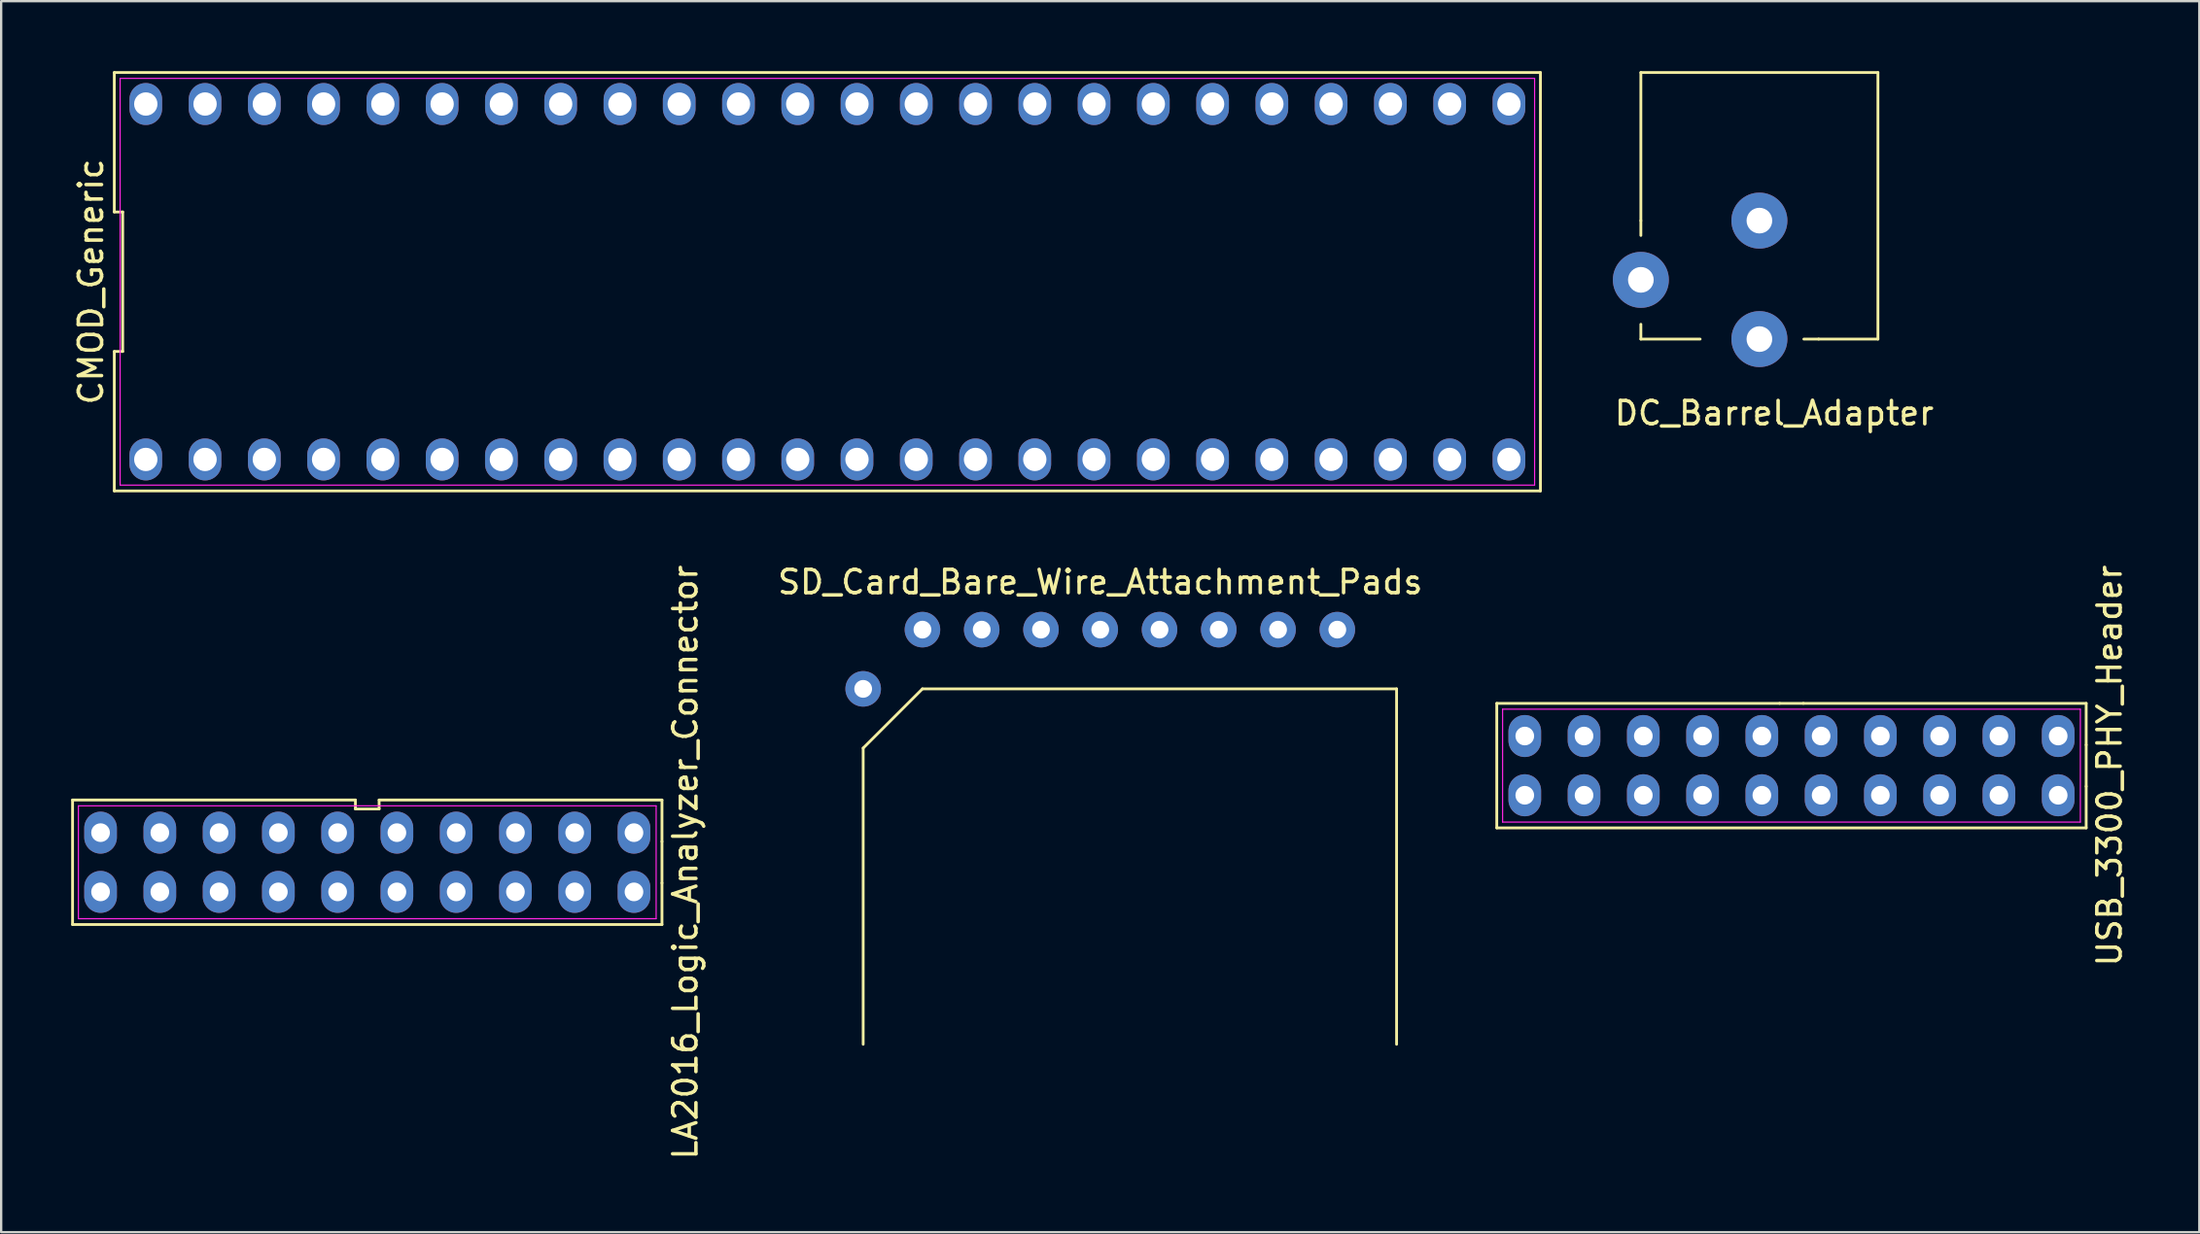
<source format=kicad_pcb>
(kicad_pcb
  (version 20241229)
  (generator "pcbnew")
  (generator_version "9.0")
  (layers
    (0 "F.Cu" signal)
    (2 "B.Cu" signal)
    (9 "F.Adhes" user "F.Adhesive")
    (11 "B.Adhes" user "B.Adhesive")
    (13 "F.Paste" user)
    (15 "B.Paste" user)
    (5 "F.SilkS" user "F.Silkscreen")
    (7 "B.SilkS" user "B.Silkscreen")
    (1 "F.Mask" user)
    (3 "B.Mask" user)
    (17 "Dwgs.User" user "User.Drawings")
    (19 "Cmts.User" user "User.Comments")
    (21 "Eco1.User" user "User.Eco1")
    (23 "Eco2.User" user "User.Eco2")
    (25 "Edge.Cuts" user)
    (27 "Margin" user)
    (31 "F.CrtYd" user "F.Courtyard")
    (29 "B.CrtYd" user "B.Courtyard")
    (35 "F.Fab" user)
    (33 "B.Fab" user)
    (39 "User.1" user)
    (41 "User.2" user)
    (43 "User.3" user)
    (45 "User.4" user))
  (footprint "CMOD_Generic"
    (layer "F.Cu")
    (at 32.408 9.03)
    (property "Reference" "CMOD_Generic" (at -31.56 0 90) (layer "F.SilkS") (effects (font (size 1 1) (thickness 0.15))))
    (attr through_hole)
    (fp_line (start -30.56 -8.97) (end -30.56 -2.99) (stroke (width 0.12) (type solid)) (layer "F.SilkS"))
    (fp_line (start -30.56 -2.99) (end -30.2 -2.99) (stroke (width 0.12) (type solid)) (layer "F.SilkS"))
    (fp_line (start -30.56 2.99) (end -30.56 8.97) (stroke (width 0.12) (type solid)) (layer "F.SilkS"))
    (fp_line (start -30.56 8.97) (end 30.56 8.97) (stroke (width 0.12) (type solid)) (layer "F.SilkS"))
    (fp_line (start -30.2 -2.99) (end -30.2 2.99) (stroke (width 0.12) (type solid)) (layer "F.SilkS"))
    (fp_line (start -30.2 2.99) (end -30.56 2.99) (stroke (width 0.12) (type solid)) (layer "F.SilkS"))
    (fp_line (start 30.56 -8.97) (end -30.56 -8.97) (stroke (width 0.12) (type solid)) (layer "F.SilkS"))
    (fp_line (start 30.56 8.97) (end 30.56 -8.97) (stroke (width 0.12) (type solid)) (layer "F.SilkS"))
    (fp_line (start -30.31 -8.72) (end 30.31 -8.72) (stroke (width 0.05) (type solid)) (layer "F.CrtYd"))
    (fp_line (start -30.31 8.72) (end -30.31 -8.72) (stroke (width 0.05) (type solid)) (layer "F.CrtYd"))
    (fp_line (start 30.31 -8.72) (end 30.31 8.72) (stroke (width 0.05) (type solid)) (layer "F.CrtYd"))
    (fp_line (start 30.31 8.72) (end -30.31 8.72) (stroke (width 0.05) (type solid)) (layer "F.CrtYd"))
    (pad "1" thru_hole oval (at -29.21 7.62) (size 1.4 1.8) (drill 1) (layers "*.Cu" "*.Mask"))
    (pad "2" thru_hole oval (at -26.67 7.62) (size 1.4 1.8) (drill 1) (layers "*.Cu" "*.Mask"))
    (pad "3" thru_hole oval (at -24.13 7.62) (size 1.4 1.8) (drill 1) (layers "*.Cu" "*.Mask"))
    (pad "4" thru_hole oval (at -21.59 7.62) (size 1.4 1.8) (drill 1) (layers "*.Cu" "*.Mask"))
    (pad "5" thru_hole oval (at -19.05 7.62) (size 1.4 1.8) (drill 1) (layers "*.Cu" "*.Mask"))
    (pad "6" thru_hole oval (at -16.51 7.62) (size 1.4 1.8) (drill 1) (layers "*.Cu" "*.Mask"))
    (pad "7" thru_hole oval (at -13.97 7.62) (size 1.4 1.8) (drill 1) (layers "*.Cu" "*.Mask"))
    (pad "8" thru_hole oval (at -11.43 7.62) (size 1.4 1.8) (drill 1) (layers "*.Cu" "*.Mask"))
    (pad "9" thru_hole oval (at -8.89 7.62) (size 1.4 1.8) (drill 1) (layers "*.Cu" "*.Mask"))
    (pad "10" thru_hole oval (at -6.35 7.62) (size 1.4 1.8) (drill 1) (layers "*.Cu" "*.Mask"))
    (pad "11" thru_hole oval (at -3.81 7.62) (size 1.4 1.8) (drill 1) (layers "*.Cu" "*.Mask"))
    (pad "12" thru_hole oval (at -1.27 7.62) (size 1.4 1.8) (drill 1) (layers "*.Cu" "*.Mask"))
    (pad "13" thru_hole oval (at 1.27 7.62) (size 1.4 1.8) (drill 1) (layers "*.Cu" "*.Mask"))
    (pad "14" thru_hole oval (at 3.81 7.62) (size 1.4 1.8) (drill 1) (layers "*.Cu" "*.Mask"))
    (pad "15" thru_hole oval (at 6.35 7.62) (size 1.4 1.8) (drill 1) (layers "*.Cu" "*.Mask"))
    (pad "16" thru_hole oval (at 8.89 7.62) (size 1.4 1.8) (drill 1) (layers "*.Cu" "*.Mask"))
    (pad "17" thru_hole oval (at 11.43 7.62) (size 1.4 1.8) (drill 1) (layers "*.Cu" "*.Mask"))
    (pad "18" thru_hole oval (at 13.97 7.62) (size 1.4 1.8) (drill 1) (layers "*.Cu" "*.Mask"))
    (pad "19" thru_hole oval (at 16.51 7.62) (size 1.4 1.8) (drill 1) (layers "*.Cu" "*.Mask"))
    (pad "20" thru_hole oval (at 19.05 7.62) (size 1.4 1.8) (drill 1) (layers "*.Cu" "*.Mask"))
    (pad "21" thru_hole oval (at 21.59 7.62) (size 1.4 1.8) (drill 1) (layers "*.Cu" "*.Mask"))
    (pad "22" thru_hole oval (at 24.13 7.62) (size 1.4 1.8) (drill 1) (layers "*.Cu" "*.Mask"))
    (pad "23" thru_hole oval (at 26.67 7.62) (size 1.4 1.8) (drill 1) (layers "*.Cu" "*.Mask"))
    (pad "24" thru_hole oval (at 29.21 7.62) (size 1.4 1.8) (drill 1) (layers "*.Cu" "*.Mask"))
    (pad "25" thru_hole oval (at 29.21 -7.62) (size 1.4 1.8) (drill 1) (layers "*.Cu" "*.Mask"))
    (pad "26" thru_hole oval (at 26.67 -7.62) (size 1.4 1.8) (drill 1) (layers "*.Cu" "*.Mask"))
    (pad "27" thru_hole oval (at 24.13 -7.62) (size 1.4 1.8) (drill 1) (layers "*.Cu" "*.Mask"))
    (pad "28" thru_hole oval (at 21.59 -7.62) (size 1.4 1.8) (drill 1) (layers "*.Cu" "*.Mask"))
    (pad "29" thru_hole oval (at 19.05 -7.62) (size 1.4 1.8) (drill 1) (layers "*.Cu" "*.Mask"))
    (pad "30" thru_hole oval (at 16.51 -7.62) (size 1.4 1.8) (drill 1) (layers "*.Cu" "*.Mask"))
    (pad "31" thru_hole oval (at 13.97 -7.62) (size 1.4 1.8) (drill 1) (layers "*.Cu" "*.Mask"))
    (pad "32" thru_hole oval (at 11.43 -7.62) (size 1.4 1.8) (drill 1) (layers "*.Cu" "*.Mask"))
    (pad "33" thru_hole oval (at 8.89 -7.62) (size 1.4 1.8) (drill 1) (layers "*.Cu" "*.Mask"))
    (pad "34" thru_hole oval (at 6.35 -7.62) (size 1.4 1.8) (drill 1) (layers "*.Cu" "*.Mask"))
    (pad "35" thru_hole oval (at 3.81 -7.62) (size 1.4 1.8) (drill 1) (layers "*.Cu" "*.Mask"))
    (pad "36" thru_hole oval (at 1.27 -7.62) (size 1.4 1.8) (drill 1) (layers "*.Cu" "*.Mask"))
    (pad "37" thru_hole oval (at -1.27 -7.62) (size 1.4 1.8) (drill 1) (layers "*.Cu" "*.Mask"))
    (pad "38" thru_hole oval (at -3.81 -7.62) (size 1.4 1.8) (drill 1) (layers "*.Cu" "*.Mask"))
    (pad "39" thru_hole oval (at -6.35 -7.62) (size 1.4 1.8) (drill 1) (layers "*.Cu" "*.Mask"))
    (pad "40" thru_hole oval (at -8.89 -7.62) (size 1.4 1.8) (drill 1) (layers "*.Cu" "*.Mask"))
    (pad "41" thru_hole oval (at -11.43 -7.62) (size 1.4 1.8) (drill 1) (layers "*.Cu" "*.Mask"))
    (pad "42" thru_hole oval (at -13.97 -7.62) (size 1.4 1.8) (drill 1) (layers "*.Cu" "*.Mask"))
    (pad "43" thru_hole oval (at -16.51 -7.62) (size 1.4 1.8) (drill 1) (layers "*.Cu" "*.Mask"))
    (pad "44" thru_hole oval (at -19.05 -7.62) (size 1.4 1.8) (drill 1) (layers "*.Cu" "*.Mask"))
    (pad "45" thru_hole oval (at -21.59 -7.62) (size 1.4 1.8) (drill 1) (layers "*.Cu" "*.Mask"))
    (pad "46" thru_hole oval (at -24.13 -7.62) (size 1.4 1.8) (drill 1) (layers "*.Cu" "*.Mask"))
    (pad "47" thru_hole oval (at -26.67 -7.62) (size 1.4 1.8) (drill 1) (layers "*.Cu" "*.Mask"))
    (pad "48" thru_hole oval (at -29.21 -7.62) (size 1.4 1.8) (drill 1) (layers "*.Cu" "*.Mask")))
  (footprint "LA2016_Logic_Analyzer_Connector"
    (layer "F.Cu")
    (at 12.69 33.923)
    (property "Reference" "LA2016_Logic_Analyzer_Connector" (at 13.63 0 270) (layer "F.SilkS") (effects (font (size 1 1) (thickness 0.15))))
    (attr through_hole)
    (fp_line (start -12.63 -2.67) (end -12.63 2.67) (stroke (width 0.12) (type solid)) (layer "F.SilkS"))
    (fp_line (start -12.63 -2.67) (end -0.508 -2.67) (stroke (width 0.12) (type solid)) (layer "F.SilkS"))
    (fp_line (start -12.63 2.67) (end 12.63 2.67) (stroke (width 0.12) (type solid)) (layer "F.SilkS"))
    (fp_line (start -0.508 -2.67) (end -0.508 -2.286) (stroke (width 0.12) (type solid)) (layer "F.SilkS"))
    (fp_line (start -0.508 -2.286) (end 0.508 -2.286) (stroke (width 0.12) (type solid)) (layer "F.SilkS"))
    (fp_line (start 0.508 -2.286) (end 0.508 -2.67) (stroke (width 0.12) (type solid)) (layer "F.SilkS"))
    (fp_line (start 12.63 -2.67) (end 0.508 -2.67) (stroke (width 0.12) (type solid)) (layer "F.SilkS"))
    (fp_line (start 12.63 -0.89) (end 12.63 -2.67) (stroke (width 0.12) (type solid)) (layer "F.SilkS"))
    (fp_line (start 12.63 0.89) (end 12.63 -0.89) (stroke (width 0.12) (type solid)) (layer "F.SilkS"))
    (fp_line (start 12.63 2.67) (end 12.63 0.89) (stroke (width 0.12) (type solid)) (layer "F.SilkS"))
    (fp_line (start -12.38 -2.42) (end 12.38 -2.42) (stroke (width 0.05) (type solid)) (layer "F.CrtYd"))
    (fp_line (start -12.38 2.42) (end -12.38 -2.42) (stroke (width 0.05) (type solid)) (layer "F.CrtYd"))
    (fp_line (start 12.38 -2.42) (end 12.38 2.42) (stroke (width 0.05) (type solid)) (layer "F.CrtYd"))
    (fp_line (start 12.38 2.42) (end -12.38 2.42) (stroke (width 0.05) (type solid)) (layer "F.CrtYd"))
    (pad "1" thru_hole oval (at 11.43 -1.27 180) (size 1.4 1.8) (drill 0.8) (layers "*.Cu" "*.Mask"))
    (pad "2" thru_hole oval (at 8.89 -1.27 180) (size 1.4 1.8) (drill 0.8) (layers "*.Cu" "*.Mask"))
    (pad "3" thru_hole oval (at 6.35 -1.27 180) (size 1.4 1.8) (drill 0.8) (layers "*.Cu" "*.Mask"))
    (pad "4" thru_hole oval (at 3.81 -1.27 180) (size 1.4 1.8) (drill 0.8) (layers "*.Cu" "*.Mask"))
    (pad "5" thru_hole oval (at 1.27 -1.27 180) (size 1.4 1.8) (drill 0.8) (layers "*.Cu" "*.Mask"))
    (pad "6" thru_hole oval (at -1.27 -1.27 180) (size 1.4 1.8) (drill 0.8) (layers "*.Cu" "*.Mask"))
    (pad "7" thru_hole oval (at -3.81 -1.27 180) (size 1.4 1.8) (drill 0.8) (layers "*.Cu" "*.Mask"))
    (pad "8" thru_hole oval (at -6.35 -1.27 180) (size 1.4 1.8) (drill 0.8) (layers "*.Cu" "*.Mask"))
    (pad "9" thru_hole oval (at -8.89 -1.27 180) (size 1.4 1.8) (drill 0.8) (layers "*.Cu" "*.Mask"))
    (pad "10" thru_hole oval (at -11.43 -1.27 180) (size 1.4 1.8) (drill 0.8) (layers "*.Cu" "*.Mask"))
    (pad "11" thru_hole oval (at 11.43 1.27 180) (size 1.4 1.8) (drill 0.8) (layers "*.Cu" "*.Mask"))
    (pad "12" thru_hole oval (at 8.89 1.27 180) (size 1.4 1.8) (drill 0.8) (layers "*.Cu" "*.Mask"))
    (pad "13" thru_hole oval (at 6.35 1.27 180) (size 1.4 1.8) (drill 0.8) (layers "*.Cu" "*.Mask"))
    (pad "14" thru_hole oval (at 3.81 1.27 180) (size 1.4 1.8) (drill 0.8) (layers "*.Cu" "*.Mask"))
    (pad "15" thru_hole oval (at 1.27 1.27 180) (size 1.4 1.8) (drill 0.8) (layers "*.Cu" "*.Mask"))
    (pad "16" thru_hole oval (at -1.27 1.27 180) (size 1.4 1.8) (drill 0.8) (layers "*.Cu" "*.Mask"))
    (pad "17" thru_hole oval (at -3.81 1.27 180) (size 1.4 1.8) (drill 0.8) (layers "*.Cu" "*.Mask"))
    (pad "18" thru_hole oval (at -6.35 1.27 180) (size 1.4 1.8) (drill 0.8) (layers "*.Cu" "*.Mask"))
    (pad "19" thru_hole oval (at -8.89 1.27 180) (size 1.4 1.8) (drill 0.8) (layers "*.Cu" "*.Mask"))
    (pad "20" thru_hole oval (at -11.43 1.27 180) (size 1.4 1.8) (drill 0.8) (layers "*.Cu" "*.Mask")))
  (footprint "DC_Barrel_Adapter"
    (layer "F.Cu")
    (at 69.812 8.95)
    (property "Reference" "DC_Barrel_Adapter" (at 3.175 5.715 0) (layer "F.SilkS") (effects (font (size 1 1) (thickness 0.15))))
    (attr through_hole)
    (fp_line (start -2.54 -8.89) (end -2.54 -2.54) (stroke (width 0.12) (type solid)) (layer "F.SilkS"))
    (fp_line (start -2.54 -2.54) (end -2.54 -1.905) (stroke (width 0.12) (type solid)) (layer "F.SilkS"))
    (fp_line (start -2.54 2.54) (end -2.54 1.905) (stroke (width 0.12) (type solid)) (layer "F.SilkS"))
    (fp_line (start 0 2.54) (end -2.54 2.54) (stroke (width 0.12) (type solid)) (layer "F.SilkS"))
    (fp_line (start 5.08 2.54) (end 4.445 2.54) (stroke (width 0.12) (type solid)) (layer "F.SilkS"))
    (fp_line (start 7.62 -8.89) (end -2.54 -8.89) (stroke (width 0.12) (type solid)) (layer "F.SilkS"))
    (fp_line (start 7.62 -8.89) (end 7.62 2.54) (stroke (width 0.12) (type solid)) (layer "F.SilkS"))
    (fp_line (start 7.62 2.54) (end 5.08 2.54) (stroke (width 0.12) (type solid)) (layer "F.SilkS"))
    (pad "1" thru_hole circle (at 2.54 2.54) (size 2.4 2.4) (drill 1.1) (layers "*.Cu" "*.Mask"))
    (pad "2" thru_hole circle (at 2.54 -2.54) (size 2.4 2.4) (drill 1.1) (layers "*.Cu" "*.Mask"))
    (pad "3" thru_hole circle (at -2.54 0) (size 2.4 2.4) (drill 1.1) (layers "*.Cu" "*.Mask")))
  (footprint "USB_3300_PHY_Header"
    (layer "F.Cu")
    (at 73.727 29.78)
    (property "Reference" "USB_3300_PHY_Header" (at 13.63 0 270) (layer "F.SilkS") (effects (font (size 1 1) (thickness 0.15))))
    (attr through_hole)
    (fp_line (start -12.63 -2.67) (end -12.63 2.67) (stroke (width 0.12) (type solid)) (layer "F.SilkS"))
    (fp_line (start -12.63 -2.67) (end -0.508 -2.67) (stroke (width 0.12) (type solid)) (layer "F.SilkS"))
    (fp_line (start -12.63 2.67) (end 12.63 2.67) (stroke (width 0.12) (type solid)) (layer "F.SilkS"))
    (fp_line (start 0.508 -2.67) (end -0.508 -2.67) (stroke (width 0.12) (type solid)) (layer "F.SilkS"))
    (fp_line (start 12.63 -2.67) (end 0.508 -2.67) (stroke (width 0.12) (type solid)) (layer "F.SilkS"))
    (fp_line (start 12.63 -0.89) (end 12.63 -2.67) (stroke (width 0.12) (type solid)) (layer "F.SilkS"))
    (fp_line (start 12.63 0.89) (end 12.63 -0.89) (stroke (width 0.12) (type solid)) (layer "F.SilkS"))
    (fp_line (start 12.63 2.67) (end 12.63 0.89) (stroke (width 0.12) (type solid)) (layer "F.SilkS"))
    (fp_line (start -12.38 -2.42) (end 12.38 -2.42) (stroke (width 0.05) (type solid)) (layer "F.CrtYd"))
    (fp_line (start -12.38 2.42) (end -12.38 -2.42) (stroke (width 0.05) (type solid)) (layer "F.CrtYd"))
    (fp_line (start 12.38 -2.42) (end 12.38 2.42) (stroke (width 0.05) (type solid)) (layer "F.CrtYd"))
    (fp_line (start 12.38 2.42) (end -12.38 2.42) (stroke (width 0.05) (type solid)) (layer "F.CrtYd"))
    (pad "1" thru_hole oval (at 11.43 -1.27 180) (size 1.4 1.8) (drill 0.8) (layers "*.Cu" "*.Mask"))
    (pad "2" thru_hole oval (at 8.89 -1.27 180) (size 1.4 1.8) (drill 0.8) (layers "*.Cu" "*.Mask"))
    (pad "3" thru_hole oval (at 6.35 -1.27 180) (size 1.4 1.8) (drill 0.8) (layers "*.Cu" "*.Mask"))
    (pad "4" thru_hole oval (at 3.81 -1.27 180) (size 1.4 1.8) (drill 0.8) (layers "*.Cu" "*.Mask"))
    (pad "5" thru_hole oval (at 1.27 -1.27 180) (size 1.4 1.8) (drill 0.8) (layers "*.Cu" "*.Mask"))
    (pad "6" thru_hole oval (at -1.27 -1.27 180) (size 1.4 1.8) (drill 0.8) (layers "*.Cu" "*.Mask"))
    (pad "7" thru_hole oval (at -3.81 -1.27 180) (size 1.4 1.8) (drill 0.8) (layers "*.Cu" "*.Mask"))
    (pad "8" thru_hole oval (at -6.35 -1.27 180) (size 1.4 1.8) (drill 0.8) (layers "*.Cu" "*.Mask"))
    (pad "9" thru_hole oval (at -8.89 -1.27 180) (size 1.4 1.8) (drill 0.8) (layers "*.Cu" "*.Mask"))
    (pad "10" thru_hole oval (at -11.43 -1.27 180) (size 1.4 1.8) (drill 0.8) (layers "*.Cu" "*.Mask"))
    (pad "11" thru_hole oval (at 11.43 1.27 180) (size 1.4 1.8) (drill 0.8) (layers "*.Cu" "*.Mask"))
    (pad "12" thru_hole oval (at 8.89 1.27 180) (size 1.4 1.8) (drill 0.8) (layers "*.Cu" "*.Mask"))
    (pad "13" thru_hole oval (at 6.35 1.27 180) (size 1.4 1.8) (drill 0.8) (layers "*.Cu" "*.Mask"))
    (pad "14" thru_hole oval (at 3.81 1.27 180) (size 1.4 1.8) (drill 0.8) (layers "*.Cu" "*.Mask"))
    (pad "15" thru_hole oval (at 1.27 1.27 180) (size 1.4 1.8) (drill 0.8) (layers "*.Cu" "*.Mask"))
    (pad "16" thru_hole oval (at -1.27 1.27 180) (size 1.4 1.8) (drill 0.8) (layers "*.Cu" "*.Mask"))
    (pad "17" thru_hole oval (at -3.81 1.27 180) (size 1.4 1.8) (drill 0.8) (layers "*.Cu" "*.Mask"))
    (pad "18" thru_hole oval (at -6.35 1.27 180) (size 1.4 1.8) (drill 0.8) (layers "*.Cu" "*.Mask"))
    (pad "19" thru_hole oval (at -8.89 1.27 180) (size 1.4 1.8) (drill 0.8) (layers "*.Cu" "*.Mask"))
    (pad "20" thru_hole oval (at -11.43 1.27 180) (size 1.4 1.8) (drill 0.8) (layers "*.Cu" "*.Mask")))
  (footprint "SD_Card_Bare_Wire_Attachment_Pads"
    (layer "F.Cu")
    (at 44.103 23.948)
    (property "Reference" "SD_Card_Bare_Wire_Attachment_Pads" (at 0 -2.04 0) (layer "F.SilkS") (effects (font (size 1 1) (thickness 0.15))))
    (attr through_hole)
    (fp_line (start -10.16 5.08) (end -10.16 17.78) (stroke (width 0.12) (type solid)) (layer "F.SilkS"))
    (fp_line (start -7.62 2.54) (end -10.16 5.08) (stroke (width 0.12) (type solid)) (layer "F.SilkS"))
    (fp_line (start -7.62 2.54) (end 12.7 2.54) (stroke (width 0.12) (type solid)) (layer "F.SilkS"))
    (fp_line (start 12.7 2.54) (end 12.7 17.78) (stroke (width 0.12) (type solid)) (layer "F.SilkS"))
    (pad "1" thru_hole circle (at -7.62 0) (size 1.524 1.524) (drill 0.762) (layers "*.Cu" "*.Mask"))
    (pad "2" thru_hole circle (at -5.08 0) (size 1.524 1.524) (drill 0.762) (layers "*.Cu" "*.Mask"))
    (pad "3" thru_hole circle (at -2.54 0) (size 1.524 1.524) (drill 0.762) (layers "*.Cu" "*.Mask"))
    (pad "4" thru_hole circle (at 0 0) (size 1.524 1.524) (drill 0.762) (layers "*.Cu" "*.Mask"))
    (pad "5" thru_hole circle (at 2.54 0) (size 1.524 1.524) (drill 0.762) (layers "*.Cu" "*.Mask"))
    (pad "6" thru_hole circle (at 5.08 0) (size 1.524 1.524) (drill 0.762) (layers "*.Cu" "*.Mask"))
    (pad "7" thru_hole circle (at 7.62 0) (size 1.524 1.524) (drill 0.762) (layers "*.Cu" "*.Mask"))
    (pad "8" thru_hole circle (at 10.16 0) (size 1.524 1.524) (drill 0.762) (layers "*.Cu" "*.Mask"))
    (pad "9" thru_hole circle (at -10.16 2.54) (size 1.524 1.524) (drill 0.762) (layers "*.Cu" "*.Mask")))
  (gr_rect
    (start -3 -3)
    (end 91.206 49.786)
    (stroke (width 0.1) (type default))
    (fill no)
    (layer "Edge.Cuts")))
</source>
